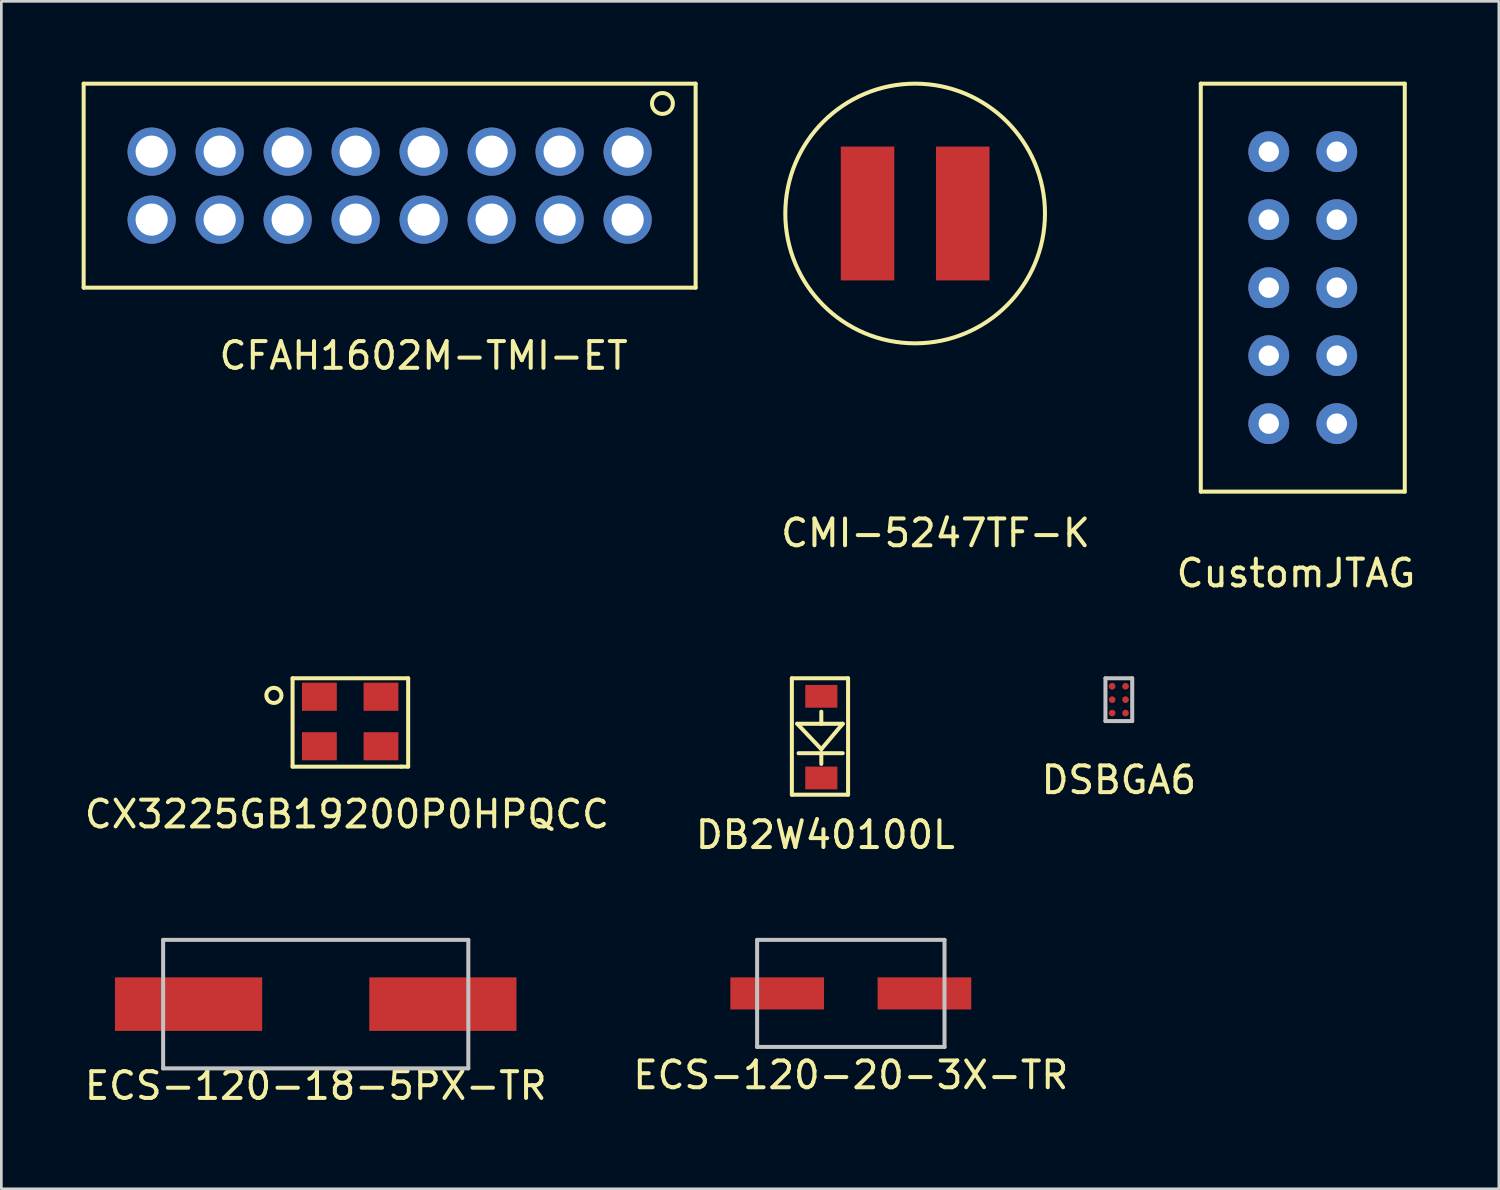
<source format=kicad_pcb>
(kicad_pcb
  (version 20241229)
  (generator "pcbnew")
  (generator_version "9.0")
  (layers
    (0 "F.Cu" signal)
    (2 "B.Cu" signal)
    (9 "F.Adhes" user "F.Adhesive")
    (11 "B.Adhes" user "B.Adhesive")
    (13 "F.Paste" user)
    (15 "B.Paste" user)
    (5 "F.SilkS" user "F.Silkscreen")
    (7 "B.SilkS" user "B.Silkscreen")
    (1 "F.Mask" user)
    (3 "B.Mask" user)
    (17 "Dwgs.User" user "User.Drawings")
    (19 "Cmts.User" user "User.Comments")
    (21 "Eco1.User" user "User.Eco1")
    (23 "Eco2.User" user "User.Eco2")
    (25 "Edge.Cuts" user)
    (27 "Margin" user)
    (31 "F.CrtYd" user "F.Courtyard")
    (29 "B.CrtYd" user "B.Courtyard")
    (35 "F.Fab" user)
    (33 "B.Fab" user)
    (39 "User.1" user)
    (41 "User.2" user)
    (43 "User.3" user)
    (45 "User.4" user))
  (footprint "CustomJTAG"
    (layer "F.Cu")
    (at 46.885 5.155)
    (property "Reference" "CustomJTAG" (at -1.524 13.208 0) (layer "F.SilkS") (effects (font (size 1 1) (thickness 0.15))))
    (attr through_hole)
    (fp_line (start -5.08 -5.08) (end -5.08 10.16) (stroke (width 0.15) (type solid)) (layer "F.SilkS"))
    (fp_line (start -5.08 -5.08) (end 2.54 -5.08) (stroke (width 0.15) (type solid)) (layer "F.SilkS"))
    (fp_line (start -5.08 10.16) (end 2.54 10.16) (stroke (width 0.15) (type solid)) (layer "F.SilkS"))
    (fp_line (start 2.54 10.16) (end 2.54 -5.08) (stroke (width 0.15) (type solid)) (layer "F.SilkS"))
    (pad "1" thru_hole circle (at 0 7.62) (size 1.524 1.524) (drill 0.762) (layers "*.Cu" "*.Mask"))
    (pad "2" thru_hole circle (at -2.54 7.62) (size 1.524 1.524) (drill 0.762) (layers "*.Cu" "*.Mask"))
    (pad "3" thru_hole circle (at 0 5.08) (size 1.524 1.524) (drill 0.762) (layers "*.Cu" "*.Mask"))
    (pad "4" thru_hole circle (at -2.54 5.08) (size 1.524 1.524) (drill 0.762) (layers "*.Cu" "*.Mask"))
    (pad "5" thru_hole circle (at 0 2.54) (size 1.524 1.524) (drill 0.762) (layers "*.Cu" "*.Mask"))
    (pad "6" thru_hole circle (at -2.54 2.54) (size 1.524 1.524) (drill 0.762) (layers "*.Cu" "*.Mask"))
    (pad "7" thru_hole circle (at 0 0) (size 1.524 1.524) (drill 0.762) (layers "*.Cu" "*.Mask"))
    (pad "8" thru_hole circle (at -2.54 0) (size 1.524 1.524) (drill 0.762) (layers "*.Cu" "*.Mask"))
    (pad "9" thru_hole circle (at 0 -2.54) (size 1.524 1.524) (drill 0.762) (layers "*.Cu" "*.Mask"))
    (pad "10" thru_hole circle (at -2.54 -2.54) (size 1.524 1.524) (drill 0.762) (layers "*.Cu" "*.Mask")))
  (footprint "CMI-5247TF-K"
    (layer "F.Cu")
    (at 31.135 4.925)
    (property "Reference" "CMI-5247TF-K" (at 0.762 11.938 0) (layer "F.SilkS") (effects (font (size 1 1) (thickness 0.15))))
    (attr through_hole)
    (fp_circle (center 0 0) (end 0 4.85) (stroke (width 0.15) (type solid)) (fill no) (layer "F.SilkS"))
    (pad "1" smd rect (at 1.778 0 180) (size 2 5) (layers "F.Cu" "F.Mask" "F.Paste"))
    (pad "2" smd rect (at -1.778 0 180) (size 2 5) (layers "F.Cu" "F.Mask" "F.Paste")))
  (footprint "CX3225GB19200P0HPQCC"
    (layer "F.Cu")
    (at 11.181 24.826)
    (property "Reference" "CX3225GB19200P0HPQCC" (at -1.27 2.54 0) (layer "F.SilkS") (effects (font (size 1 1) (thickness 0.15))))
    (attr through_hole)
    (fp_line (start -3.302 -2.54) (end -3.302 0.762) (stroke (width 0.15) (type solid)) (layer "F.SilkS"))
    (fp_line (start -3.302 0.762) (end 0.762 0.762) (stroke (width 0.15) (type solid)) (layer "F.SilkS"))
    (fp_line (start 0.762 0.762) (end 1.016 0.762) (stroke (width 0.15) (type solid)) (layer "F.SilkS"))
    (fp_line (start 1.016 -2.54) (end -3.302 -2.54) (stroke (width 0.15) (type solid)) (layer "F.SilkS"))
    (fp_line (start 1.016 0.762) (end 1.016 -2.54) (stroke (width 0.15) (type solid)) (layer "F.SilkS"))
    (fp_circle (center -4 -1.9) (end -3.8 -2.1) (stroke (width 0.15) (type solid)) (fill no) (layer "F.SilkS"))
    (pad "1" smd rect (at -2.3 -1.85) (size 1.3 1.05) (layers "F.Cu" "F.Mask" "F.Paste"))
    (pad "2" smd rect (at 0 -1.85) (size 1.3 1.05) (layers "F.Cu" "F.Mask" "F.Paste"))
    (pad "3" smd rect (at 0 0) (size 1.3 1.05) (layers "F.Cu" "F.Mask" "F.Paste"))
    (pad "4" smd rect (at -2.3 0) (size 1.3 1.05) (layers "F.Cu" "F.Mask" "F.Paste")))
  (footprint "CFAH1602M-TMI-ET"
    (layer "F.Cu")
    (at 20.395 2.615)
    (property "Reference" "CFAH1602M-TMI-ET" (at -7.62 7.62 0) (layer "F.SilkS") (effects (font (size 1 1) (thickness 0.15))))
    (attr through_hole)
    (fp_line (start -20.32 -2.54) (end -20.32 5.08) (stroke (width 0.15) (type solid)) (layer "F.SilkS"))
    (fp_line (start -20.32 5.08) (end 2.54 5.08) (stroke (width 0.15) (type solid)) (layer "F.SilkS"))
    (fp_line (start 2.54 -2.54) (end -20.32 -2.54) (stroke (width 0.15) (type solid)) (layer "F.SilkS"))
    (fp_line (start 2.54 5.08) (end 2.54 -2.54) (stroke (width 0.15) (type solid)) (layer "F.SilkS"))
    (fp_circle (center 1.3 -1.8) (end 1.55 -1.5) (stroke (width 0.15) (type solid)) (fill no) (layer "F.SilkS"))
    (pad "1" thru_hole circle (at 0 0) (size 1.8 1.8) (drill 1.2) (layers "*.Cu" "*.Mask"))
    (pad "2" thru_hole circle (at 0 2.54) (size 1.8 1.8) (drill 1.2) (layers "*.Cu" "*.Mask"))
    (pad "3" thru_hole circle (at -2.54 0) (size 1.8 1.8) (drill 1.2) (layers "*.Cu" "*.Mask"))
    (pad "4" thru_hole circle (at -2.54 2.54) (size 1.8 1.8) (drill 1.2) (layers "*.Cu" "*.Mask"))
    (pad "5" thru_hole circle (at -5.08 0) (size 1.8 1.8) (drill 1.2) (layers "*.Cu" "*.Mask"))
    (pad "6" thru_hole circle (at -5.08 2.54) (size 1.8 1.8) (drill 1.2) (layers "*.Cu" "*.Mask"))
    (pad "7" thru_hole circle (at -7.62 0) (size 1.8 1.8) (drill 1.2) (layers "*.Cu" "*.Mask"))
    (pad "8" thru_hole circle (at -7.62 2.54) (size 1.8 1.8) (drill 1.2) (layers "*.Cu" "*.Mask"))
    (pad "9" thru_hole circle (at -10.16 0) (size 1.8 1.8) (drill 1.2) (layers "*.Cu" "*.Mask"))
    (pad "10" thru_hole circle (at -10.16 2.54) (size 1.8 1.8) (drill 1.2) (layers "*.Cu" "*.Mask"))
    (pad "11" thru_hole circle (at -12.7 0) (size 1.8 1.8) (drill 1.2) (layers "*.Cu" "*.Mask"))
    (pad "12" thru_hole circle (at -12.7 2.54) (size 1.8 1.8) (drill 1.2) (layers "*.Cu" "*.Mask"))
    (pad "13" thru_hole circle (at -15.24 0) (size 1.8 1.8) (drill 1.2) (layers "*.Cu" "*.Mask"))
    (pad "14" thru_hole circle (at -15.24 2.54) (size 1.8 1.8) (drill 1.2) (layers "*.Cu" "*.Mask"))
    (pad "15" thru_hole circle (at -17.78 0) (size 1.8 1.8) (drill 1.2) (layers "*.Cu" "*.Mask"))
    (pad "16" thru_hole circle (at -17.78 2.54) (size 1.8 1.8) (drill 1.2) (layers "*.Cu" "*.Mask")))
  (footprint "ECS-120-20-3X-TR"
    (layer "F.Cu")
    (at 28.732 34.059)
    (property "Reference" "ECS-120-20-3X-TR" (at 0 3.05 0) (layer "F.SilkS") (effects (font (size 1 1) (thickness 0.15))))
    (attr through_hole)
    (fp_line (start -3.5 -2) (end -3.5 2) (stroke (width 0.15) (type solid)) (layer "Dwgs.User"))
    (fp_line (start -3.5 -2) (end 3.5 -2) (stroke (width 0.15) (type solid)) (layer "Dwgs.User"))
    (fp_line (start -3.5 2) (end 3.5 2) (stroke (width 0.15) (type solid)) (layer "Dwgs.User"))
    (fp_line (start 3.5 -2) (end 3.5 2) (stroke (width 0.15) (type solid)) (layer "Dwgs.User"))
    (pad "1" smd rect (at 2.75 0) (size 3.5 1.2) (layers "F.Cu" "F.Mask" "F.Paste"))
    (pad "2" smd rect (at -2.75 0) (size 3.5 1.2) (layers "F.Cu" "F.Mask" "F.Paste")))
  (footprint "ECS-120-18-5PX-TR"
    (layer "F.Cu")
    (at 8.744 34.459)
    (property "Reference" "ECS-120-18-5PX-TR" (at 0 3.05 0) (layer "F.SilkS") (effects (font (size 1 1) (thickness 0.15))))
    (attr through_hole)
    (fp_line (start -5.7 -2.4) (end -5.7 2.4) (stroke (width 0.15) (type solid)) (layer "Dwgs.User"))
    (fp_line (start -5.7 -2.4) (end 5.7 -2.4) (stroke (width 0.15) (type solid)) (layer "Dwgs.User"))
    (fp_line (start -5.7 2.4) (end 5.7 2.4) (stroke (width 0.15) (type solid)) (layer "Dwgs.User"))
    (fp_line (start 5.7 -2.4) (end 5.7 2.4) (stroke (width 0.15) (type solid)) (layer "Dwgs.User"))
    (pad "1" smd rect (at 4.75 0) (size 5.5 2) (layers "F.Cu" "F.Mask" "F.Paste"))
    (pad "2" smd rect (at -4.75 0) (size 5.5 2) (layers "F.Cu" "F.Mask" "F.Paste")))
  (footprint "DSBGA6"
    (layer "F.Cu")
    (at 38.744 23.086)
    (property "Reference" "DSBGA6" (at 0 3 0) (layer "F.SilkS") (effects (font (size 1 1) (thickness 0.15))))
    (attr through_hole)
    (fp_line (start -0.5 -0.8) (end 0.5 -0.8) (stroke (width 0.15) (type solid)) (layer "Dwgs.User"))
    (fp_line (start -0.5 0.8) (end -0.5 -0.8) (stroke (width 0.15) (type solid)) (layer "Dwgs.User"))
    (fp_line (start 0.5 -0.8) (end 0.5 0.8) (stroke (width 0.15) (type solid)) (layer "Dwgs.User"))
    (fp_line (start 0.5 0.8) (end -0.5 0.8) (stroke (width 0.15) (type solid)) (layer "Dwgs.User"))
    (pad "A1" smd circle (at -0.25 0.5) (size 0.25 0.25) (layers "F.Cu" "F.Mask" "F.Paste"))
    (pad "A2" smd circle (at 0.25 0.5) (size 0.25 0.25) (layers "F.Cu" "F.Mask" "F.Paste"))
    (pad "B1" smd circle (at -0.25 0) (size 0.25 0.25) (layers "F.Cu" "F.Mask" "F.Paste"))
    (pad "B2" smd circle (at 0.25 0) (size 0.25 0.25) (layers "F.Cu" "F.Mask" "F.Paste"))
    (pad "C1" smd circle (at -0.25 -0.5) (size 0.25 0.25) (layers "F.Cu" "F.Mask" "F.Paste"))
    (pad "C2" smd circle (at 0.25 -0.5) (size 0.25 0.25) (layers "F.Cu" "F.Mask" "F.Paste")))
  (footprint "DB2W40100L"
    (layer "F.Cu")
    (at 27.63 24.486)
    (property "Reference" "DB2W40100L" (at 0.15 3.65 0) (layer "F.SilkS") (effects (font (size 1 1) (thickness 0.15))))
    (attr through_hole)
    (fp_line (start -1.1 -2.2) (end 1 -2.2) (stroke (width 0.15) (type solid)) (layer "F.SilkS"))
    (fp_line (start -1.1 2.15) (end -1.1 -2.2) (stroke (width 0.15) (type solid)) (layer "F.SilkS"))
    (fp_line (start -0.9 -0.5) (end 0.8 -0.5) (stroke (width 0.15) (type solid)) (layer "F.SilkS"))
    (fp_line (start -0.85 0.6) (end 0.8 0.6) (stroke (width 0.15) (type solid)) (layer "F.SilkS"))
    (fp_line (start 0 -0.5) (end 0 -0.95) (stroke (width 0.15) (type solid)) (layer "F.SilkS"))
    (fp_line (start 0 0.45) (end -0.9 -0.5) (stroke (width 0.15) (type solid)) (layer "F.SilkS"))
    (fp_line (start 0 0.6) (end 0 1) (stroke (width 0.15) (type solid)) (layer "F.SilkS"))
    (fp_line (start 0.8 -0.5) (end 0 0.45) (stroke (width 0.15) (type solid)) (layer "F.SilkS"))
    (fp_line (start 1 -2.2) (end 1 2.15) (stroke (width 0.15) (type solid)) (layer "F.SilkS"))
    (fp_line (start 1 2.15) (end -1.1 2.15) (stroke (width 0.15) (type solid)) (layer "F.SilkS"))
    (pad "1" smd rect (at 0 1.525) (size 1.2 0.85) (layers "F.Cu" "F.Mask" "F.Paste"))
    (pad "2" smd rect (at 0 -1.525) (size 1.2 0.85) (layers "F.Cu" "F.Mask" "F.Paste")))
  (gr_rect
    (start -3 -3)
    (end 52.939 41.358)
    (stroke (width 0.1) (type default))
    (fill no)
    (layer "Edge.Cuts")))
</source>
